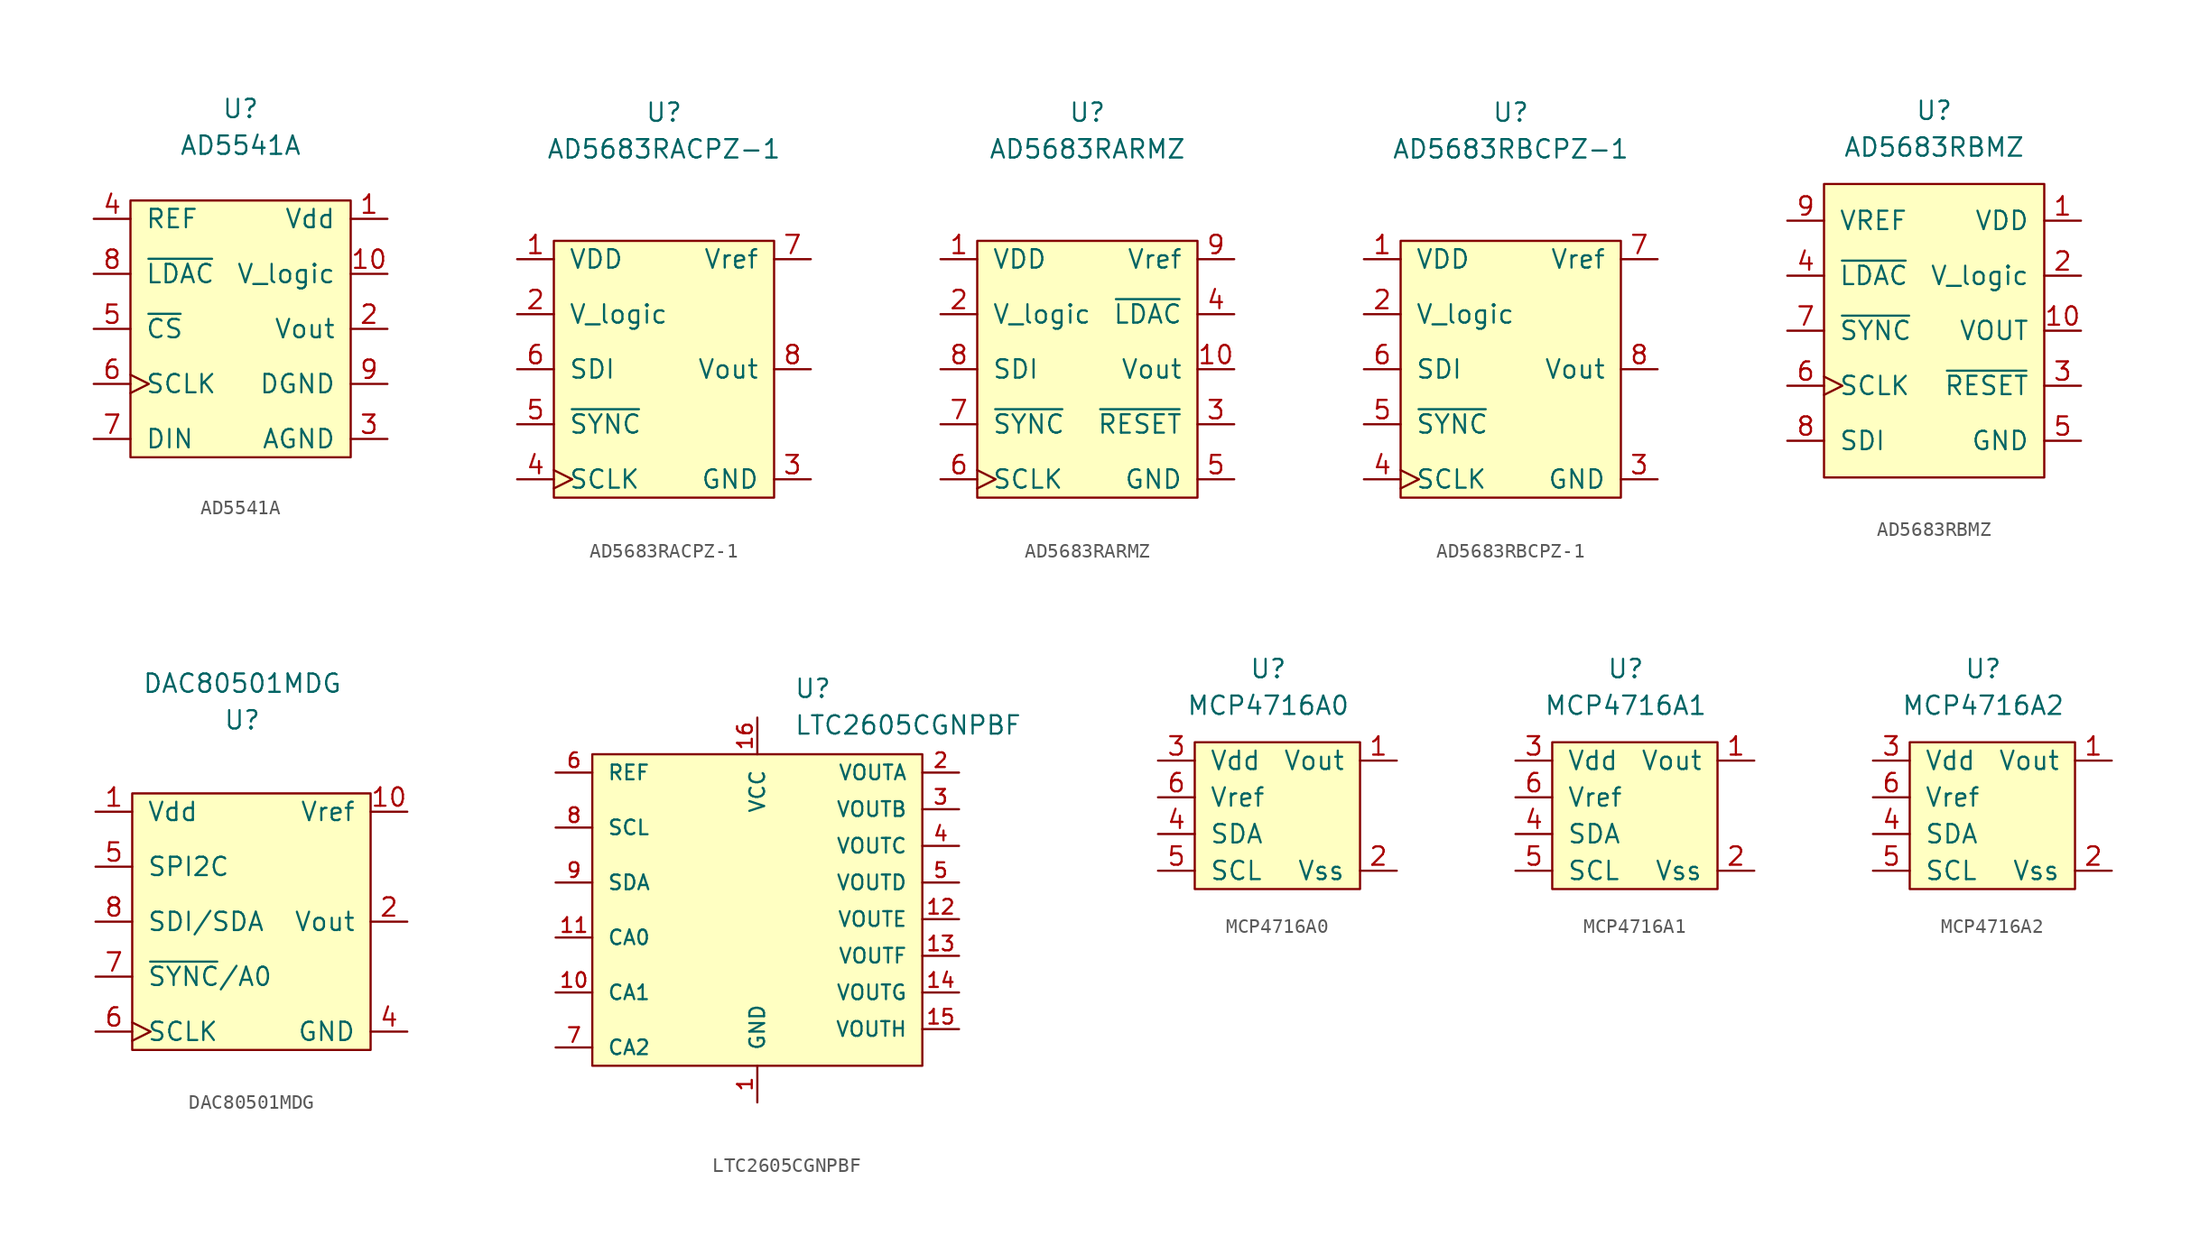
<source format=kicad_sym>
(kicad_symbol_lib
  (version 20211014)
  (generator kicad_symbol_editor)
  (symbol "AD5541A"
    (pin_names
      (offset 1.016))
    (property "Reference" "U"
      (at 0 10.16 0)
      (effects (font (size 1.27 1.27))))
    (property "Value" "AD5541A"
      (at 0 7.62 0)
      (effects (font (size 1.27 1.27))))
    (symbol "AD5541A_0_0"
      (pin power_in line (at 10.16 2.54 180) (length 2.54) (name "Vdd" (effects (font (size 1.27 1.27)))) (number "1" (effects (font (size 1.27 1.27)))))
      (pin power_in line (at 10.16 -1.27 180) (length 2.54) (name "V_logic" (effects (font (size 1.27 1.27)))) (number "10" (effects (font (size 1.27 1.27)))))
      (pin output line (at 10.16 -5.08 180) (length 2.54) (name "Vout" (effects (font (size 1.27 1.27)))) (number "2" (effects (font (size 1.27 1.27)))))
      (pin power_in line (at 10.16 -12.7 180) (length 2.54) (name "AGND" (effects (font (size 1.27 1.27)))) (number "3" (effects (font (size 1.27 1.27)))))
      (pin input line (at -10.16 2.54 0) (length 2.54) (name "REF" (effects (font (size 1.27 1.27)))) (number "4" (effects (font (size 1.27 1.27)))))
      (pin input line (at -10.16 -5.08 0) (length 2.54) (name "~{CS}" (effects (font (size 1.27 1.27)))) (number "5" (effects (font (size 1.27 1.27)))))
      (pin input clock (at -10.16 -8.89 0) (length 2.54) (name "SCLK" (effects (font (size 1.27 1.27)))) (number "6" (effects (font (size 1.27 1.27)))))
      (pin input line (at -10.16 -12.7 0) (length 2.54) (name "DIN" (effects (font (size 1.27 1.27)))) (number "7" (effects (font (size 1.27 1.27)))))
      (pin input line (at -10.16 -1.27 0) (length 2.54) (name "~{LDAC}" (effects (font (size 1.27 1.27)))) (number "8" (effects (font (size 1.27 1.27)))))
      (pin power_in line (at 10.16 -8.89 180) (length 2.54) (name "DGND" (effects (font (size 1.27 1.27)))) (number "9" (effects (font (size 1.27 1.27))))))
    (symbol "AD5541A_0_1"
      (rectangle (start -7.62 3.81) (end 7.62 -13.97) (stroke (width 0) (type default) (color 0 0 0 0)) (fill (type background)))))
  (symbol "AD5683RACPZ-1"
    (pin_names
      (offset 1.016))
    (property "Reference" "U"
      (at 0 17.78 0)
      (effects (font (size 1.27 1.27))))
    (property "Value" "AD5683RACPZ-1"
      (at 0 15.24 0)
      (effects (font (size 1.27 1.27))))
    (symbol "AD5683RACPZ-1_0_0"
      (pin power_in line (at -10.16 7.62 0) (length 2.54) (name "VDD" (effects (font (size 1.27 1.27)))) (number "1" (effects (font (size 1.27 1.27)))))
      (pin power_in line (at -10.16 3.81 0) (length 2.54) (name "V_logic" (effects (font (size 1.27 1.27)))) (number "2" (effects (font (size 1.27 1.27)))))
      (pin power_in line (at 10.16 -7.62 180) (length 2.54) (name "GND" (effects (font (size 1.27 1.27)))) (number "3" (effects (font (size 1.27 1.27)))))
      (pin input clock (at -10.16 -7.62 0) (length 2.54) (name "SCLK" (effects (font (size 1.27 1.27)))) (number "4" (effects (font (size 1.27 1.27)))))
      (pin input line (at -10.16 -3.81 0) (length 2.54) (name "~{SYNC}" (effects (font (size 1.27 1.27)))) (number "5" (effects (font (size 1.27 1.27)))))
      (pin input line (at -10.16 0 0) (length 2.54) (name "SDI" (effects (font (size 1.27 1.27)))) (number "6" (effects (font (size 1.27 1.27)))))
      (pin passive line (at 10.16 7.62 180) (length 2.54) (name "Vref" (effects (font (size 1.27 1.27)))) (number "7" (effects (font (size 1.27 1.27)))))
      (pin output line (at 10.16 0 180) (length 2.54) (name "Vout" (effects (font (size 1.27 1.27)))) (number "8" (effects (font (size 1.27 1.27)))))
      (pin power_in line (at 10.16 -7.62 180) (length 2.54) hide (name "GND" (effects (font (size 1.27 1.27)))) (number "9" (effects (font (size 1.27 1.27))))))
    (symbol "AD5683RACPZ-1_0_1"
      (rectangle (start -7.62 8.89) (end 7.62 -8.89) (stroke (width 0) (type default) (color 0 0 0 0)) (fill (type background)))))
  (symbol "AD5683RARMZ"
    (pin_names
      (offset 1.016))
    (property "Reference" "U"
      (at 0 17.78 0)
      (effects (font (size 1.27 1.27))))
    (property "Value" "AD5683RARMZ"
      (at 0 15.24 0)
      (effects (font (size 1.27 1.27))))
    (symbol "AD5683RARMZ_0_0"
      (pin power_in line (at -10.16 7.62 0) (length 2.54) (name "VDD" (effects (font (size 1.27 1.27)))) (number "1" (effects (font (size 1.27 1.27)))))
      (pin output line (at 10.16 0 180) (length 2.54) (name "Vout" (effects (font (size 1.27 1.27)))) (number "10" (effects (font (size 1.27 1.27)))))
      (pin power_in line (at -10.16 3.81 0) (length 2.54) (name "V_logic" (effects (font (size 1.27 1.27)))) (number "2" (effects (font (size 1.27 1.27)))))
      (pin input line (at 10.16 -3.81 180) (length 2.54) (name "~{RESET}" (effects (font (size 1.27 1.27)))) (number "3" (effects (font (size 1.27 1.27)))))
      (pin input line (at 10.16 3.81 180) (length 2.54) (name "~{LDAC}" (effects (font (size 1.27 1.27)))) (number "4" (effects (font (size 1.27 1.27)))))
      (pin power_in line (at 10.16 -7.62 180) (length 2.54) (name "GND" (effects (font (size 1.27 1.27)))) (number "5" (effects (font (size 1.27 1.27)))))
      (pin input clock (at -10.16 -7.62 0) (length 2.54) (name "SCLK" (effects (font (size 1.27 1.27)))) (number "6" (effects (font (size 1.27 1.27)))))
      (pin input line (at -10.16 -3.81 0) (length 2.54) (name "~{SYNC}" (effects (font (size 1.27 1.27)))) (number "7" (effects (font (size 1.27 1.27)))))
      (pin input line (at -10.16 0 0) (length 2.54) (name "SDI" (effects (font (size 1.27 1.27)))) (number "8" (effects (font (size 1.27 1.27)))))
      (pin passive line (at 10.16 7.62 180) (length 2.54) (name "Vref" (effects (font (size 1.27 1.27)))) (number "9" (effects (font (size 1.27 1.27))))))
    (symbol "AD5683RARMZ_0_1"
      (rectangle (start -7.62 8.89) (end 7.62 -8.89) (stroke (width 0) (type default) (color 0 0 0 0)) (fill (type background)))))
  (symbol "AD5683RBCPZ-1"
    (pin_names
      (offset 1.016))
    (property "Reference" "U"
      (at 0 17.78 0)
      (effects (font (size 1.27 1.27))))
    (property "Value" "AD5683RBCPZ-1"
      (at 0 15.24 0)
      (effects (font (size 1.27 1.27))))
    (symbol "AD5683RBCPZ-1_0_0"
      (pin power_in line (at -10.16 7.62 0) (length 2.54) (name "VDD" (effects (font (size 1.27 1.27)))) (number "1" (effects (font (size 1.27 1.27)))))
      (pin power_in line (at -10.16 3.81 0) (length 2.54) (name "V_logic" (effects (font (size 1.27 1.27)))) (number "2" (effects (font (size 1.27 1.27)))))
      (pin power_in line (at 10.16 -7.62 180) (length 2.54) (name "GND" (effects (font (size 1.27 1.27)))) (number "3" (effects (font (size 1.27 1.27)))))
      (pin input clock (at -10.16 -7.62 0) (length 2.54) (name "SCLK" (effects (font (size 1.27 1.27)))) (number "4" (effects (font (size 1.27 1.27)))))
      (pin input line (at -10.16 -3.81 0) (length 2.54) (name "~{SYNC}" (effects (font (size 1.27 1.27)))) (number "5" (effects (font (size 1.27 1.27)))))
      (pin input line (at -10.16 0 0) (length 2.54) (name "SDI" (effects (font (size 1.27 1.27)))) (number "6" (effects (font (size 1.27 1.27)))))
      (pin passive line (at 10.16 7.62 180) (length 2.54) (name "Vref" (effects (font (size 1.27 1.27)))) (number "7" (effects (font (size 1.27 1.27)))))
      (pin output line (at 10.16 0 180) (length 2.54) (name "Vout" (effects (font (size 1.27 1.27)))) (number "8" (effects (font (size 1.27 1.27)))))
      (pin power_in line (at 10.16 -7.62 180) (length 2.54) hide (name "GND" (effects (font (size 1.27 1.27)))) (number "9" (effects (font (size 1.27 1.27))))))
    (symbol "AD5683RBCPZ-1_0_1"
      (rectangle (start -7.62 8.89) (end 7.62 -8.89) (stroke (width 0) (type default) (color 0 0 0 0)) (fill (type background)))))
  (symbol "AD5683RBMZ"
    (pin_names
      (offset 1.016))
    (property "Reference" "U"
      (at 0 10.16 0)
      (effects (font (size 1.27 1.27))))
    (property "Value" "AD5683RBMZ"
      (at 0 7.62 0)
      (effects (font (size 1.27 1.27))))
    (symbol "AD5683RBMZ_0_0"
      (pin power_in line (at 10.16 2.54 180) (length 2.54) (name "VDD" (effects (font (size 1.27 1.27)))) (number "1" (effects (font (size 1.27 1.27)))))
      (pin output line (at 10.16 -5.08 180) (length 2.54) (name "VOUT" (effects (font (size 1.27 1.27)))) (number "10" (effects (font (size 1.27 1.27)))))
      (pin power_in line (at 10.16 -1.27 180) (length 2.54) (name "V_logic" (effects (font (size 1.27 1.27)))) (number "2" (effects (font (size 1.27 1.27)))))
      (pin input line (at 10.16 -8.89 180) (length 2.54) (name "~{RESET}" (effects (font (size 1.27 1.27)))) (number "3" (effects (font (size 1.27 1.27)))))
      (pin input line (at -10.16 -1.27 0) (length 2.54) (name "~{LDAC}" (effects (font (size 1.27 1.27)))) (number "4" (effects (font (size 1.27 1.27)))))
      (pin power_in line (at 10.16 -12.7 180) (length 2.54) (name "GND" (effects (font (size 1.27 1.27)))) (number "5" (effects (font (size 1.27 1.27)))))
      (pin input clock (at -10.16 -8.89 0) (length 2.54) (name "SCLK" (effects (font (size 1.27 1.27)))) (number "6" (effects (font (size 1.27 1.27)))))
      (pin input line (at -10.16 -5.08 0) (length 2.54) (name "~{SYNC}" (effects (font (size 1.27 1.27)))) (number "7" (effects (font (size 1.27 1.27)))))
      (pin input line (at -10.16 -12.7 0) (length 2.54) (name "SDI" (effects (font (size 1.27 1.27)))) (number "8" (effects (font (size 1.27 1.27)))))
      (pin bidirectional line (at -10.16 2.54 0) (length 2.54) (name "VREF" (effects (font (size 1.27 1.27)))) (number "9" (effects (font (size 1.27 1.27))))))
    (symbol "AD5683RBMZ_0_1"
      (rectangle (start -7.62 5.08) (end 7.62 -15.24) (stroke (width 0) (type default) (color 0 0 0 0)) (fill (type background)))))
  (symbol "DAC80501MDG"
    (pin_names
      (offset 1.016))
    (property "Reference" "U"
      (at 0 13.97 0)
      (effects (font (size 1.27 1.27))))
    (property "Value" "DAC80501MDG"
      (at 0 16.51 0)
      (effects (font (size 1.27 1.27))))
    (symbol "DAC80501MDG_0_0"
      (pin power_in line (at -10.16 7.62 0) (length 2.54) (name "Vdd" (effects (font (size 1.27 1.27)))) (number "1" (effects (font (size 1.27 1.27)))))
      (pin passive line (at 11.43 7.62 180) (length 2.54) (name "Vref" (effects (font (size 1.27 1.27)))) (number "10" (effects (font (size 1.27 1.27)))))
      (pin output line (at 11.43 0 180) (length 2.54) (name "Vout" (effects (font (size 1.27 1.27)))) (number "2" (effects (font (size 1.27 1.27)))))
      (pin no_connect line (at 8.89 -3.81 180) (length 2.54) hide (name "" (effects (font (size 1.27 1.27)))) (number "3" (effects (font (size 1.27 1.27)))))
      (pin power_in line (at 11.43 -7.62 180) (length 2.54) (name "GND" (effects (font (size 1.27 1.27)))) (number "4" (effects (font (size 1.27 1.27)))))
      (pin input line (at -10.16 3.81 0) (length 2.54) (name "SPI2C" (effects (font (size 1.27 1.27)))) (number "5" (effects (font (size 1.27 1.27)))))
      (pin input clock (at -10.16 -7.62 0) (length 2.54) (name "SCLK" (effects (font (size 1.27 1.27)))) (number "6" (effects (font (size 1.27 1.27)))))
      (pin input line (at -10.16 -3.81 0) (length 2.54) (name "~{SYNC}/A0" (effects (font (size 1.27 1.27)))) (number "7" (effects (font (size 1.27 1.27)))))
      (pin bidirectional line (at -10.16 0 0) (length 2.54) (name "SDI/SDA" (effects (font (size 1.27 1.27)))) (number "8" (effects (font (size 1.27 1.27)))))
      (pin no_connect line (at 8.89 3.81 180) (length 2.54) hide (name "" (effects (font (size 1.27 1.27)))) (number "9" (effects (font (size 1.27 1.27))))))
    (symbol "DAC80501MDG_0_1"
      (rectangle (start -7.62 8.89) (end 8.89 -8.89) (stroke (width 0) (type default) (color 0 0 0 0)) (fill (type background)))))
  (symbol "LTC2605CGNPBF"
    (pin_names
      (offset 1.016))
    (property "Reference" "U"
      (at 21.59 6.35 0)
      (effects (font (size 1.27 1.27)) (justify left bottom)))
    (property "Value" "LTC2605CGNPBF"
      (at 21.59 3.81 0)
      (effects (font (size 1.27 1.27)) (justify left bottom)))
    (symbol "LTC2605CGNPBF_0_0"
      (rectangle (start 7.62 2.54) (end 30.48 -19.05) (stroke (width 0.152) (type default) (color 0 0 0 0)) (fill (type background)))
      (pin power_in line (at 19.05 -21.59 90) (length 2.54) (name "GND" (effects (font (size 1.016 1.016)))) (number "1" (effects (font (size 1.016 1.016)))))
      (pin passive line (at 5.08 -13.97 0) (length 2.54) (name "CA1" (effects (font (size 1.016 1.016)))) (number "10" (effects (font (size 1.016 1.016)))))
      (pin passive line (at 5.08 -10.16 0) (length 2.54) (name "CA0" (effects (font (size 1.016 1.016)))) (number "11" (effects (font (size 1.016 1.016)))))
      (pin output line (at 33.02 -8.89 180) (length 2.54) (name "VOUTE" (effects (font (size 1.016 1.016)))) (number "12" (effects (font (size 1.016 1.016)))))
      (pin output line (at 33.02 -11.43 180) (length 2.54) (name "VOUTF" (effects (font (size 1.016 1.016)))) (number "13" (effects (font (size 1.016 1.016)))))
      (pin output line (at 33.02 -13.97 180) (length 2.54) (name "VOUTG" (effects (font (size 1.016 1.016)))) (number "14" (effects (font (size 1.016 1.016)))))
      (pin output line (at 33.02 -16.51 180) (length 2.54) (name "VOUTH" (effects (font (size 1.016 1.016)))) (number "15" (effects (font (size 1.016 1.016)))))
      (pin power_in line (at 19.05 5.08 270) (length 2.54) (name "VCC" (effects (font (size 1.016 1.016)))) (number "16" (effects (font (size 1.016 1.016)))))
      (pin output line (at 33.02 1.27 180) (length 2.54) (name "VOUTA" (effects (font (size 1.016 1.016)))) (number "2" (effects (font (size 1.016 1.016)))))
      (pin output line (at 33.02 -1.27 180) (length 2.54) (name "VOUTB" (effects (font (size 1.016 1.016)))) (number "3" (effects (font (size 1.016 1.016)))))
      (pin output line (at 33.02 -3.81 180) (length 2.54) (name "VOUTC" (effects (font (size 1.016 1.016)))) (number "4" (effects (font (size 1.016 1.016)))))
      (pin output line (at 33.02 -6.35 180) (length 2.54) (name "VOUTD" (effects (font (size 1.016 1.016)))) (number "5" (effects (font (size 1.016 1.016)))))
      (pin input line (at 5.08 1.27 0) (length 2.54) (name "REF" (effects (font (size 1.016 1.016)))) (number "6" (effects (font (size 1.016 1.016)))))
      (pin passive line (at 5.08 -17.78 0) (length 2.54) (name "CA2" (effects (font (size 1.016 1.016)))) (number "7" (effects (font (size 1.016 1.016)))))
      (pin input line (at 5.08 -2.54 0) (length 2.54) (name "SCL" (effects (font (size 1.016 1.016)))) (number "8" (effects (font (size 1.016 1.016)))))
      (pin bidirectional line (at 5.08 -6.35 0) (length 2.54) (name "SDA" (effects (font (size 1.016 1.016)))) (number "9" (effects (font (size 1.016 1.016)))))))
  (symbol "MCP4716A0"
    (pin_names
      (offset 1.016))
    (property "Reference" "U"
      (at 0 0 0)
      (effects (font (size 1.27 1.27))))
    (property "Value" "MCP4716A0"
      (at 0 -2.54 0)
      (effects (font (size 1.27 1.27))))
    (symbol "MCP4716A0_0_0"
      (pin output line (at 8.89 -6.35 180) (length 2.54) (name "Vout" (effects (font (size 1.27 1.27)))) (number "1" (effects (font (size 1.27 1.27)))))
      (pin power_in line (at 8.89 -13.97 180) (length 2.54) (name "Vss" (effects (font (size 1.27 1.27)))) (number "2" (effects (font (size 1.27 1.27)))))
      (pin power_in line (at -7.62 -6.35 0) (length 2.54) (name "Vdd" (effects (font (size 1.27 1.27)))) (number "3" (effects (font (size 1.27 1.27)))))
      (pin open_collector line (at -7.62 -11.43 0) (length 2.54) (name "SDA" (effects (font (size 1.27 1.27)))) (number "4" (effects (font (size 1.27 1.27)))))
      (pin open_collector line (at -7.62 -13.97 0) (length 2.54) (name "SCL" (effects (font (size 1.27 1.27)))) (number "5" (effects (font (size 1.27 1.27)))))
      (pin passive line (at -7.62 -8.89 0) (length 2.54) (name "Vref" (effects (font (size 1.27 1.27)))) (number "6" (effects (font (size 1.27 1.27))))))
    (symbol "MCP4716A0_0_1"
      (rectangle (start -5.08 -5.08) (end 6.35 -15.24) (stroke (width 0) (type default) (color 0 0 0 0)) (fill (type background)))))
  (symbol "MCP4716A1"
    (pin_names
      (offset 1.016))
    (property "Reference" "U"
      (at 0 0 0)
      (effects (font (size 1.27 1.27))))
    (property "Value" "MCP4716A1"
      (at 0 -2.54 0)
      (effects (font (size 1.27 1.27))))
    (symbol "MCP4716A1_0_0"
      (pin output line (at 8.89 -6.35 180) (length 2.54) (name "Vout" (effects (font (size 1.27 1.27)))) (number "1" (effects (font (size 1.27 1.27)))))
      (pin power_in line (at 8.89 -13.97 180) (length 2.54) (name "Vss" (effects (font (size 1.27 1.27)))) (number "2" (effects (font (size 1.27 1.27)))))
      (pin power_in line (at -7.62 -6.35 0) (length 2.54) (name "Vdd" (effects (font (size 1.27 1.27)))) (number "3" (effects (font (size 1.27 1.27)))))
      (pin open_collector line (at -7.62 -11.43 0) (length 2.54) (name "SDA" (effects (font (size 1.27 1.27)))) (number "4" (effects (font (size 1.27 1.27)))))
      (pin open_collector line (at -7.62 -13.97 0) (length 2.54) (name "SCL" (effects (font (size 1.27 1.27)))) (number "5" (effects (font (size 1.27 1.27)))))
      (pin passive line (at -7.62 -8.89 0) (length 2.54) (name "Vref" (effects (font (size 1.27 1.27)))) (number "6" (effects (font (size 1.27 1.27))))))
    (symbol "MCP4716A1_0_1"
      (rectangle (start -5.08 -5.08) (end 6.35 -15.24) (stroke (width 0) (type default) (color 0 0 0 0)) (fill (type background)))))
  (symbol "MCP4716A2"
    (pin_names
      (offset 1.016))
    (property "Reference" "U"
      (at 0 0 0)
      (effects (font (size 1.27 1.27))))
    (property "Value" "MCP4716A2"
      (at 0 -2.54 0)
      (effects (font (size 1.27 1.27))))
    (symbol "MCP4716A2_0_0"
      (pin output line (at 8.89 -6.35 180) (length 2.54) (name "Vout" (effects (font (size 1.27 1.27)))) (number "1" (effects (font (size 1.27 1.27)))))
      (pin power_in line (at 8.89 -13.97 180) (length 2.54) (name "Vss" (effects (font (size 1.27 1.27)))) (number "2" (effects (font (size 1.27 1.27)))))
      (pin power_in line (at -7.62 -6.35 0) (length 2.54) (name "Vdd" (effects (font (size 1.27 1.27)))) (number "3" (effects (font (size 1.27 1.27)))))
      (pin open_collector line (at -7.62 -11.43 0) (length 2.54) (name "SDA" (effects (font (size 1.27 1.27)))) (number "4" (effects (font (size 1.27 1.27)))))
      (pin open_collector line (at -7.62 -13.97 0) (length 2.54) (name "SCL" (effects (font (size 1.27 1.27)))) (number "5" (effects (font (size 1.27 1.27)))))
      (pin passive line (at -7.62 -8.89 0) (length 2.54) (name "Vref" (effects (font (size 1.27 1.27)))) (number "6" (effects (font (size 1.27 1.27))))))
    (symbol "MCP4716A2_0_1"
      (rectangle (start -5.08 -5.08) (end 6.35 -15.24) (stroke (width 0) (type default) (color 0 0 0 0)) (fill (type background))))))
</source>
